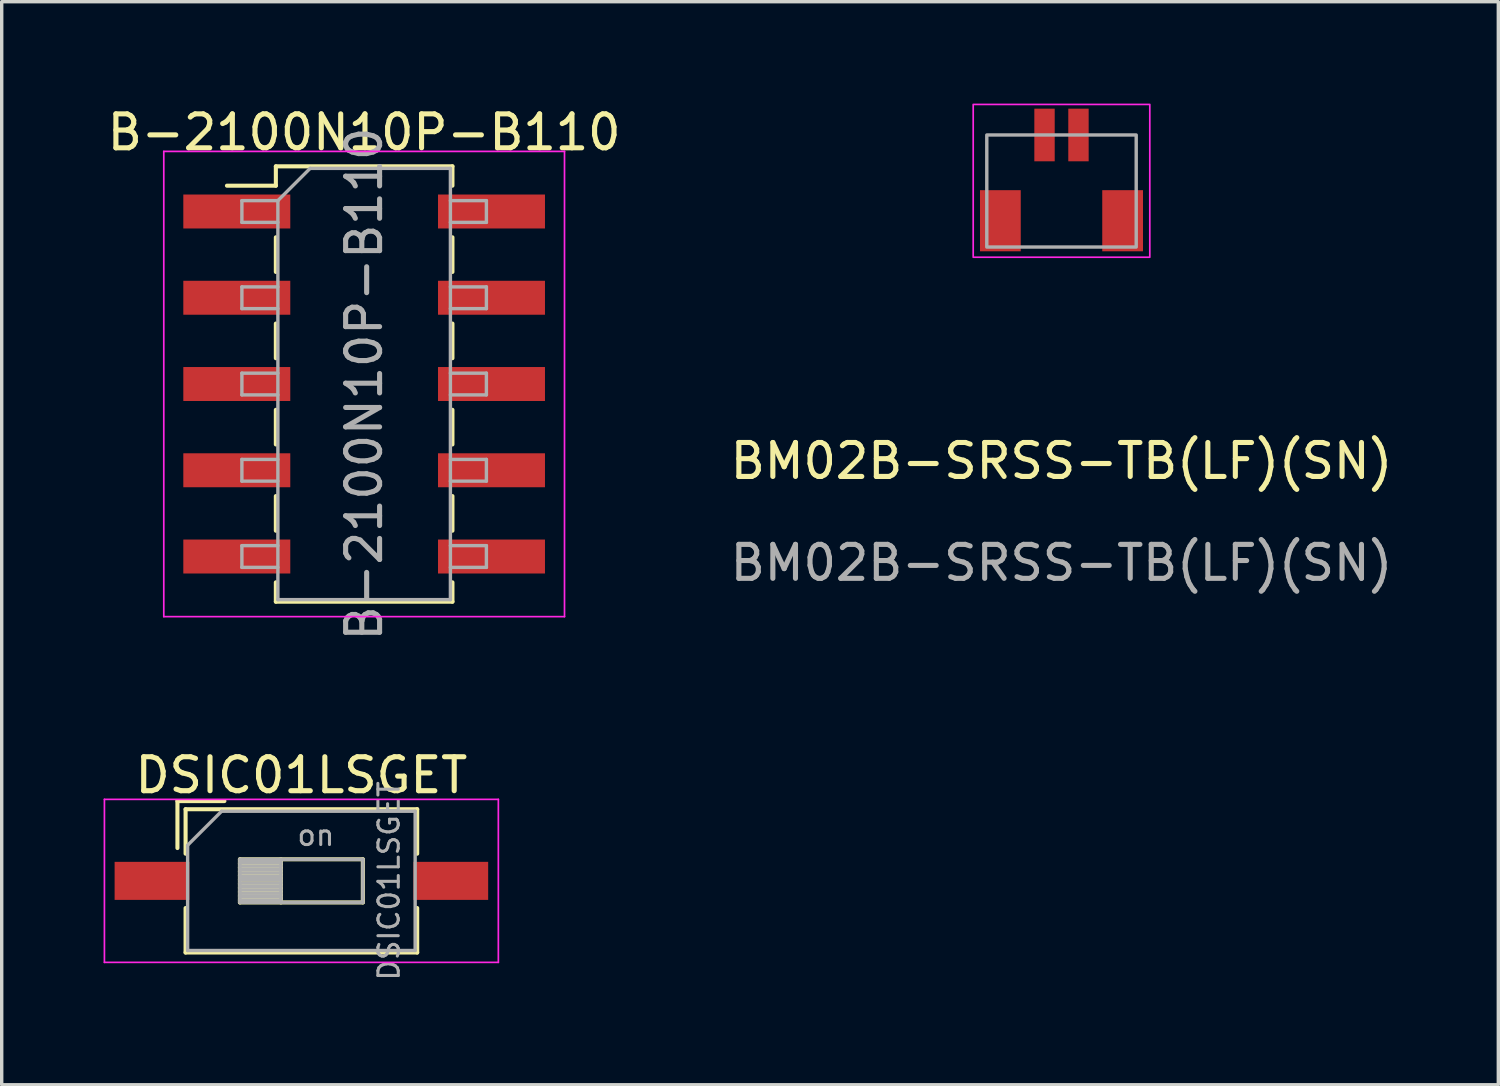
<source format=kicad_pcb>
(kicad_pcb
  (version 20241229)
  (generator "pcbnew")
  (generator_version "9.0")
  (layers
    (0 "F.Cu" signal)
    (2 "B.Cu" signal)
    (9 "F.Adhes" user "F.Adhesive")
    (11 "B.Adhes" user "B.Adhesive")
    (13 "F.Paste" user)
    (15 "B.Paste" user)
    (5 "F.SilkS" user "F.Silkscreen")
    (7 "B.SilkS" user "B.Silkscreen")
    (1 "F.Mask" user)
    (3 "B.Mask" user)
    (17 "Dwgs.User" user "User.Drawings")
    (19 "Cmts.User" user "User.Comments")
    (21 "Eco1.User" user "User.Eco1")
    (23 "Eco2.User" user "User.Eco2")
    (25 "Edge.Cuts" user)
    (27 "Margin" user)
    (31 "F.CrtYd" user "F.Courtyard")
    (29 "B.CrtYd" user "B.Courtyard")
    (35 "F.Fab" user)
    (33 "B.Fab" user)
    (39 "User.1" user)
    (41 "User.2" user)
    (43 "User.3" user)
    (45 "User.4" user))
  (footprint "DSIC01LSGET"
    (layer "F.Cu")
    (at 5.825 22.889)
    (property "Reference" "DSIC01LSGET" (at 0 -3.11 0) (layer "F.SilkS") (effects (font (size 1 1) (thickness 0.15))))
    (attr smd)
    (fp_line (start -3.65 -2.35) (end -3.65 -0.967) (stroke (width 0.12) (type solid)) (layer "F.SilkS"))
    (fp_line (start -3.65 -2.35) (end -2.267 -2.35) (stroke (width 0.12) (type solid)) (layer "F.SilkS"))
    (fp_line (start -3.41 -2.11) (end -3.41 -0.8) (stroke (width 0.12) (type solid)) (layer "F.SilkS"))
    (fp_line (start -3.41 -2.11) (end 3.41 -2.11) (stroke (width 0.12) (type solid)) (layer "F.SilkS"))
    (fp_line (start -3.41 0.8) (end -3.41 2.11) (stroke (width 0.12) (type solid)) (layer "F.SilkS"))
    (fp_line (start -3.41 2.11) (end 3.41 2.11) (stroke (width 0.12) (type solid)) (layer "F.SilkS"))
    (fp_line (start -1.81 -0.635) (end -1.81 0.635) (stroke (width 0.12) (type solid)) (layer "F.SilkS"))
    (fp_line (start -1.81 -0.515) (end -0.603 -0.515) (stroke (width 0.12) (type solid)) (layer "F.SilkS"))
    (fp_line (start -1.81 -0.395) (end -0.603 -0.395) (stroke (width 0.12) (type solid)) (layer "F.SilkS"))
    (fp_line (start -1.81 -0.275) (end -0.603 -0.275) (stroke (width 0.12) (type solid)) (layer "F.SilkS"))
    (fp_line (start -1.81 -0.155) (end -0.603 -0.155) (stroke (width 0.12) (type solid)) (layer "F.SilkS"))
    (fp_line (start -1.81 -0.035) (end -0.603 -0.035) (stroke (width 0.12) (type solid)) (layer "F.SilkS"))
    (fp_line (start -1.81 0.085) (end -0.603 0.085) (stroke (width 0.12) (type solid)) (layer "F.SilkS"))
    (fp_line (start -1.81 0.205) (end -0.603 0.205) (stroke (width 0.12) (type solid)) (layer "F.SilkS"))
    (fp_line (start -1.81 0.325) (end -0.603 0.325) (stroke (width 0.12) (type solid)) (layer "F.SilkS"))
    (fp_line (start -1.81 0.445) (end -0.603 0.445) (stroke (width 0.12) (type solid)) (layer "F.SilkS"))
    (fp_line (start -1.81 0.565) (end -0.603 0.565) (stroke (width 0.12) (type solid)) (layer "F.SilkS"))
    (fp_line (start -1.81 0.635) (end 1.81 0.635) (stroke (width 0.12) (type solid)) (layer "F.SilkS"))
    (fp_line (start -0.603 -0.635) (end -0.603 0.635) (stroke (width 0.12) (type solid)) (layer "F.SilkS"))
    (fp_line (start 1.81 -0.635) (end -1.81 -0.635) (stroke (width 0.12) (type solid)) (layer "F.SilkS"))
    (fp_line (start 1.81 0.635) (end 1.81 -0.635) (stroke (width 0.12) (type solid)) (layer "F.SilkS"))
    (fp_line (start 3.41 -2.11) (end 3.41 -0.8) (stroke (width 0.12) (type solid)) (layer "F.SilkS"))
    (fp_line (start 3.41 0.8) (end 3.41 2.11) (stroke (width 0.12) (type solid)) (layer "F.SilkS"))
    (fp_line (start -5.8 -2.4) (end -5.8 2.4) (stroke (width 0.05) (type solid)) (layer "F.CrtYd"))
    (fp_line (start -5.8 2.4) (end 5.8 2.4) (stroke (width 0.05) (type solid)) (layer "F.CrtYd"))
    (fp_line (start 5.8 -2.4) (end -5.8 -2.4) (stroke (width 0.05) (type solid)) (layer "F.CrtYd"))
    (fp_line (start 5.8 2.4) (end 5.8 -2.4) (stroke (width 0.05) (type solid)) (layer "F.CrtYd"))
    (fp_line (start -3.35 -1.05) (end -2.35 -2.05) (stroke (width 0.1) (type solid)) (layer "F.Fab"))
    (fp_line (start -3.35 2.05) (end -3.35 -1.05) (stroke (width 0.1) (type solid)) (layer "F.Fab"))
    (fp_line (start -2.35 -2.05) (end 3.35 -2.05) (stroke (width 0.1) (type solid)) (layer "F.Fab"))
    (fp_line (start -1.81 -0.635) (end -1.81 0.635) (stroke (width 0.1) (type solid)) (layer "F.Fab"))
    (fp_line (start -1.81 -0.535) (end -0.603 -0.535) (stroke (width 0.1) (type solid)) (layer "F.Fab"))
    (fp_line (start -1.81 -0.435) (end -0.603 -0.435) (stroke (width 0.1) (type solid)) (layer "F.Fab"))
    (fp_line (start -1.81 -0.335) (end -0.603 -0.335) (stroke (width 0.1) (type solid)) (layer "F.Fab"))
    (fp_line (start -1.81 -0.235) (end -0.603 -0.235) (stroke (width 0.1) (type solid)) (layer "F.Fab"))
    (fp_line (start -1.81 -0.135) (end -0.603 -0.135) (stroke (width 0.1) (type solid)) (layer "F.Fab"))
    (fp_line (start -1.81 -0.035) (end -0.603 -0.035) (stroke (width 0.1) (type solid)) (layer "F.Fab"))
    (fp_line (start -1.81 0.065) (end -0.603 0.065) (stroke (width 0.1) (type solid)) (layer "F.Fab"))
    (fp_line (start -1.81 0.165) (end -0.603 0.165) (stroke (width 0.1) (type solid)) (layer "F.Fab"))
    (fp_line (start -1.81 0.265) (end -0.603 0.265) (stroke (width 0.1) (type solid)) (layer "F.Fab"))
    (fp_line (start -1.81 0.365) (end -0.603 0.365) (stroke (width 0.1) (type solid)) (layer "F.Fab"))
    (fp_line (start -1.81 0.465) (end -0.603 0.465) (stroke (width 0.1) (type solid)) (layer "F.Fab"))
    (fp_line (start -1.81 0.565) (end -0.603 0.565) (stroke (width 0.1) (type solid)) (layer "F.Fab"))
    (fp_line (start -1.81 0.635) (end 1.81 0.635) (stroke (width 0.1) (type solid)) (layer "F.Fab"))
    (fp_line (start -0.603 -0.635) (end -0.603 0.635) (stroke (width 0.1) (type solid)) (layer "F.Fab"))
    (fp_line (start 1.81 -0.635) (end -1.81 -0.635) (stroke (width 0.1) (type solid)) (layer "F.Fab"))
    (fp_line (start 1.81 0.635) (end 1.81 -0.635) (stroke (width 0.1) (type solid)) (layer "F.Fab"))
    (fp_line (start 3.35 -2.05) (end 3.35 2.05) (stroke (width 0.1) (type solid)) (layer "F.Fab"))
    (fp_line (start 3.35 2.05) (end -3.35 2.05) (stroke (width 0.1) (type solid)) (layer "F.Fab"))
    (fp_text user "on" (at 0.427 -1.343 0) (layer "F.Fab") (effects (font (size 0.6 0.6) (thickness 0.09))))
    (fp_text user "${REFERENCE}" (at 2.58 0 90) (layer "F.Fab") (effects (font (size 0.6 0.6) (thickness 0.09))))
    (pad "1" smd rect (at -4.4 0) (size 2.2 1.12) (layers "F.Cu" "F.Mask" "F.Paste"))
    (pad "2" smd rect (at 4.4 0) (size 2.2 1.12) (layers "F.Cu" "F.Mask" "F.Paste")))
  (footprint "B-2100N10P-B110"
    (layer "F.Cu")
    (at 7.673 8.258)
    (property "Reference" "B-2100N10P-B110" (at 0 -7.41 0) (layer "F.SilkS") (effects (font (size 1 1) (thickness 0.15))))
    (attr smd)
    (fp_line (start -4.04 -5.84) (end -2.6 -5.84) (stroke (width 0.12) (type solid)) (layer "F.SilkS"))
    (fp_line (start -2.6 -6.41) (end -2.6 -5.84) (stroke (width 0.12) (type solid)) (layer "F.SilkS"))
    (fp_line (start -2.6 -6.41) (end 2.6 -6.41) (stroke (width 0.12) (type solid)) (layer "F.SilkS"))
    (fp_line (start -2.6 -4.32) (end -2.6 -3.3) (stroke (width 0.12) (type solid)) (layer "F.SilkS"))
    (fp_line (start -2.6 -1.78) (end -2.6 -0.76) (stroke (width 0.12) (type solid)) (layer "F.SilkS"))
    (fp_line (start -2.6 0.76) (end -2.6 1.78) (stroke (width 0.12) (type solid)) (layer "F.SilkS"))
    (fp_line (start -2.6 3.3) (end -2.6 4.32) (stroke (width 0.12) (type solid)) (layer "F.SilkS"))
    (fp_line (start -2.6 5.84) (end -2.6 6.41) (stroke (width 0.12) (type solid)) (layer "F.SilkS"))
    (fp_line (start -2.6 6.41) (end 2.6 6.41) (stroke (width 0.12) (type solid)) (layer "F.SilkS"))
    (fp_line (start 2.6 -6.41) (end 2.6 -5.84) (stroke (width 0.12) (type solid)) (layer "F.SilkS"))
    (fp_line (start 2.6 -4.32) (end 2.6 -3.3) (stroke (width 0.12) (type solid)) (layer "F.SilkS"))
    (fp_line (start 2.6 -1.78) (end 2.6 -0.76) (stroke (width 0.12) (type solid)) (layer "F.SilkS"))
    (fp_line (start 2.6 0.76) (end 2.6 1.78) (stroke (width 0.12) (type solid)) (layer "F.SilkS"))
    (fp_line (start 2.6 3.3) (end 2.6 4.32) (stroke (width 0.12) (type solid)) (layer "F.SilkS"))
    (fp_line (start 2.6 5.84) (end 2.6 6.41) (stroke (width 0.12) (type solid)) (layer "F.SilkS"))
    (fp_line (start -5.9 -6.85) (end -5.9 6.85) (stroke (width 0.05) (type solid)) (layer "F.CrtYd"))
    (fp_line (start -5.9 6.85) (end 5.9 6.85) (stroke (width 0.05) (type solid)) (layer "F.CrtYd"))
    (fp_line (start 5.9 -6.85) (end -5.9 -6.85) (stroke (width 0.05) (type solid)) (layer "F.CrtYd"))
    (fp_line (start 5.9 6.85) (end 5.9 -6.85) (stroke (width 0.05) (type solid)) (layer "F.CrtYd"))
    (fp_line (start -3.6 -5.4) (end -3.6 -4.76) (stroke (width 0.1) (type solid)) (layer "F.Fab"))
    (fp_line (start -3.6 -4.76) (end -2.54 -4.76) (stroke (width 0.1) (type solid)) (layer "F.Fab"))
    (fp_line (start -3.6 -2.86) (end -3.6 -2.22) (stroke (width 0.1) (type solid)) (layer "F.Fab"))
    (fp_line (start -3.6 -2.22) (end -2.54 -2.22) (stroke (width 0.1) (type solid)) (layer "F.Fab"))
    (fp_line (start -3.6 -0.32) (end -3.6 0.32) (stroke (width 0.1) (type solid)) (layer "F.Fab"))
    (fp_line (start -3.6 0.32) (end -2.54 0.32) (stroke (width 0.1) (type solid)) (layer "F.Fab"))
    (fp_line (start -3.6 2.22) (end -3.6 2.86) (stroke (width 0.1) (type solid)) (layer "F.Fab"))
    (fp_line (start -3.6 2.86) (end -2.54 2.86) (stroke (width 0.1) (type solid)) (layer "F.Fab"))
    (fp_line (start -3.6 4.76) (end -3.6 5.4) (stroke (width 0.1) (type solid)) (layer "F.Fab"))
    (fp_line (start -3.6 5.4) (end -2.54 5.4) (stroke (width 0.1) (type solid)) (layer "F.Fab"))
    (fp_line (start -2.54 -5.4) (end -3.6 -5.4) (stroke (width 0.1) (type solid)) (layer "F.Fab"))
    (fp_line (start -2.54 -5.4) (end -1.59 -6.35) (stroke (width 0.1) (type solid)) (layer "F.Fab"))
    (fp_line (start -2.54 -2.86) (end -3.6 -2.86) (stroke (width 0.1) (type solid)) (layer "F.Fab"))
    (fp_line (start -2.54 -0.32) (end -3.6 -0.32) (stroke (width 0.1) (type solid)) (layer "F.Fab"))
    (fp_line (start -2.54 2.22) (end -3.6 2.22) (stroke (width 0.1) (type solid)) (layer "F.Fab"))
    (fp_line (start -2.54 4.76) (end -3.6 4.76) (stroke (width 0.1) (type solid)) (layer "F.Fab"))
    (fp_line (start -2.54 6.35) (end -2.54 -5.4) (stroke (width 0.1) (type solid)) (layer "F.Fab"))
    (fp_line (start -1.59 -6.35) (end 2.54 -6.35) (stroke (width 0.1) (type solid)) (layer "F.Fab"))
    (fp_line (start 2.54 -6.35) (end 2.54 6.35) (stroke (width 0.1) (type solid)) (layer "F.Fab"))
    (fp_line (start 2.54 -5.4) (end 3.6 -5.4) (stroke (width 0.1) (type solid)) (layer "F.Fab"))
    (fp_line (start 2.54 -2.86) (end 3.6 -2.86) (stroke (width 0.1) (type solid)) (layer "F.Fab"))
    (fp_line (start 2.54 -0.32) (end 3.6 -0.32) (stroke (width 0.1) (type solid)) (layer "F.Fab"))
    (fp_line (start 2.54 2.22) (end 3.6 2.22) (stroke (width 0.1) (type solid)) (layer "F.Fab"))
    (fp_line (start 2.54 4.76) (end 3.6 4.76) (stroke (width 0.1) (type solid)) (layer "F.Fab"))
    (fp_line (start 2.54 6.35) (end -2.54 6.35) (stroke (width 0.1) (type solid)) (layer "F.Fab"))
    (fp_line (start 3.6 -5.4) (end 3.6 -4.76) (stroke (width 0.1) (type solid)) (layer "F.Fab"))
    (fp_line (start 3.6 -4.76) (end 2.54 -4.76) (stroke (width 0.1) (type solid)) (layer "F.Fab"))
    (fp_line (start 3.6 -2.86) (end 3.6 -2.22) (stroke (width 0.1) (type solid)) (layer "F.Fab"))
    (fp_line (start 3.6 -2.22) (end 2.54 -2.22) (stroke (width 0.1) (type solid)) (layer "F.Fab"))
    (fp_line (start 3.6 -0.32) (end 3.6 0.32) (stroke (width 0.1) (type solid)) (layer "F.Fab"))
    (fp_line (start 3.6 0.32) (end 2.54 0.32) (stroke (width 0.1) (type solid)) (layer "F.Fab"))
    (fp_line (start 3.6 2.22) (end 3.6 2.86) (stroke (width 0.1) (type solid)) (layer "F.Fab"))
    (fp_line (start 3.6 2.86) (end 2.54 2.86) (stroke (width 0.1) (type solid)) (layer "F.Fab"))
    (fp_line (start 3.6 4.76) (end 3.6 5.4) (stroke (width 0.1) (type solid)) (layer "F.Fab"))
    (fp_line (start 3.6 5.4) (end 2.54 5.4) (stroke (width 0.1) (type solid)) (layer "F.Fab"))
    (fp_text user "${REFERENCE}" (at 0 0 90) (layer "F.Fab") (effects (font (size 1 1) (thickness 0.15))))
    (pad "1" smd rect (at -3.75 -5.08) (size 3.15 1) (layers "F.Cu" "F.Mask" "F.Paste"))
    (pad "2" smd rect (at 3.75 -5.08) (size 3.15 1) (layers "F.Cu" "F.Mask" "F.Paste"))
    (pad "3" smd rect (at -3.75 -2.54) (size 3.15 1) (layers "F.Cu" "F.Mask" "F.Paste"))
    (pad "4" smd rect (at 3.75 -2.54) (size 3.15 1) (layers "F.Cu" "F.Mask" "F.Paste"))
    (pad "5" smd rect (at -3.75 0) (size 3.15 1) (layers "F.Cu" "F.Mask" "F.Paste"))
    (pad "6" smd rect (at 3.75 0) (size 3.15 1) (layers "F.Cu" "F.Mask" "F.Paste"))
    (pad "7" smd rect (at -3.75 2.54) (size 3.15 1) (layers "F.Cu" "F.Mask" "F.Paste"))
    (pad "8" smd rect (at 3.75 2.54) (size 3.15 1) (layers "F.Cu" "F.Mask" "F.Paste"))
    (pad "9" smd rect (at -3.75 5.08) (size 3.15 1) (layers "F.Cu" "F.Mask" "F.Paste"))
    (pad "10" smd rect (at 3.75 5.08) (size 3.15 1) (layers "F.Cu" "F.Mask" "F.Paste")))
  (footprint "BM02B-SRSS-TB(LF)(SN)"
    (layer "F.Cu")
    (at 28.208 0.925)
    (property "Reference" "BM02B-SRSS-TB(LF)(SN)" (at 0 9.6 0) (unlocked yes) (layer "F.SilkS") (effects (font (size 1 1) (thickness 0.15))))
    (attr smd)
    (fp_rect (start 2.6 3.6) (end -2.6 -0.9) (stroke (width 0.05) (type solid)) (fill no) (layer "F.CrtYd"))
    (fp_rect (start -2.2 3.3) (end 2.2 0) (stroke (width 0.1) (type solid)) (fill no) (layer "F.Fab"))
    (fp_text user "${REFERENCE}" (at 0 12.6 0) (unlocked yes) (layer "F.Fab") (effects (font (size 1 1) (thickness 0.15))))
    (pad "1" smd rect (at 0.5 0) (size 0.6 1.55) (layers "F.Cu" "F.Mask" "F.Paste"))
    (pad "2" smd rect (at -0.5 0) (size 0.6 1.55) (layers "F.Cu" "F.Mask" "F.Paste"))
    (pad "3" smd rect (at 1.8 2.525) (size 1.2 1.8) (layers "F.Cu" "F.Mask" "F.Paste"))
    (pad "4" smd rect (at -1.8 2.525) (size 1.2 1.8) (layers "F.Cu" "F.Mask" "F.Paste")))
  (gr_rect
    (start -3 -3)
    (end 41.071 28.893)
    (stroke (width 0.1) (type default))
    (fill no)
    (layer "Edge.Cuts")))
</source>
